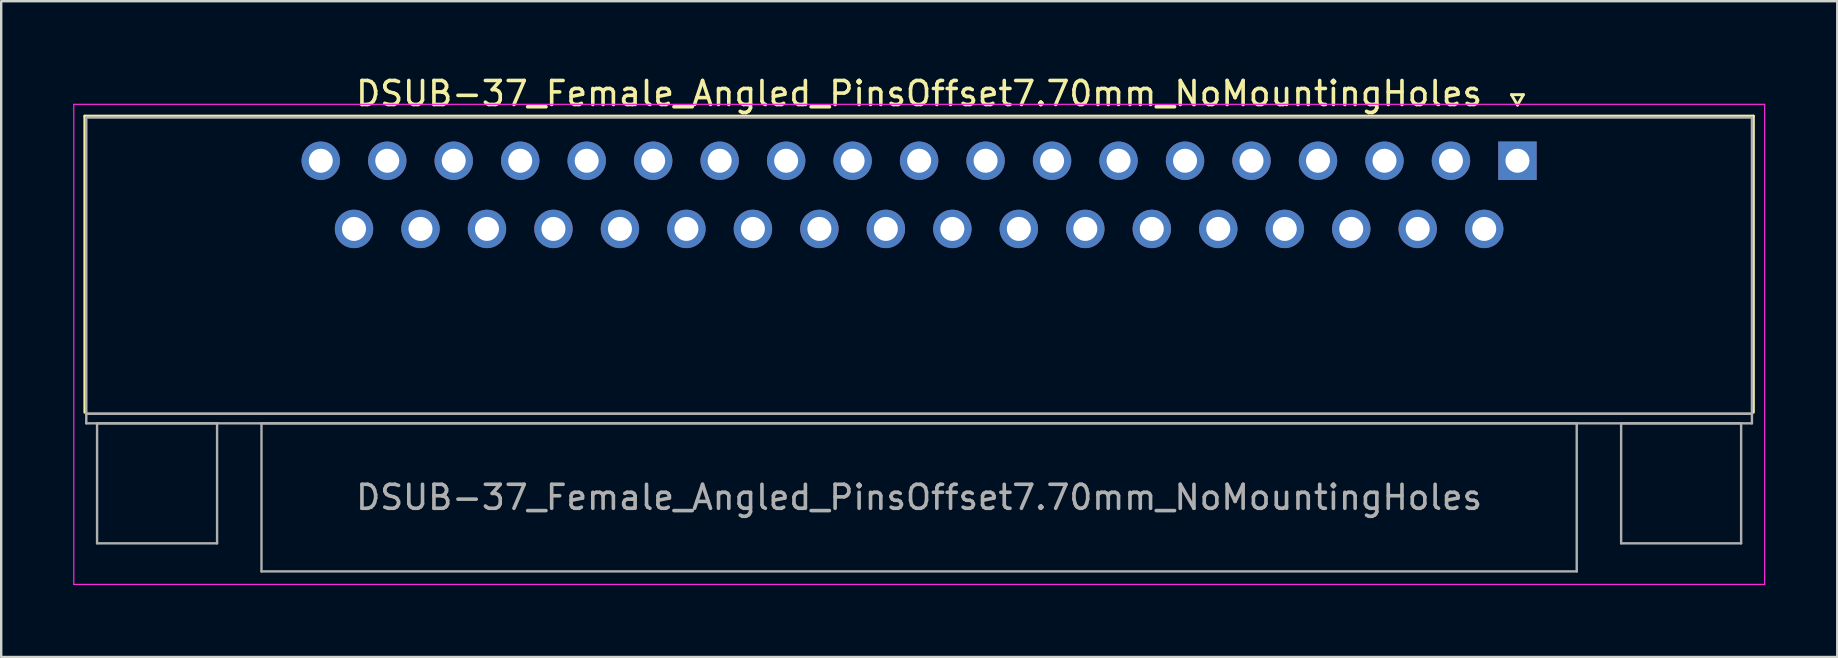
<source format=kicad_pcb>
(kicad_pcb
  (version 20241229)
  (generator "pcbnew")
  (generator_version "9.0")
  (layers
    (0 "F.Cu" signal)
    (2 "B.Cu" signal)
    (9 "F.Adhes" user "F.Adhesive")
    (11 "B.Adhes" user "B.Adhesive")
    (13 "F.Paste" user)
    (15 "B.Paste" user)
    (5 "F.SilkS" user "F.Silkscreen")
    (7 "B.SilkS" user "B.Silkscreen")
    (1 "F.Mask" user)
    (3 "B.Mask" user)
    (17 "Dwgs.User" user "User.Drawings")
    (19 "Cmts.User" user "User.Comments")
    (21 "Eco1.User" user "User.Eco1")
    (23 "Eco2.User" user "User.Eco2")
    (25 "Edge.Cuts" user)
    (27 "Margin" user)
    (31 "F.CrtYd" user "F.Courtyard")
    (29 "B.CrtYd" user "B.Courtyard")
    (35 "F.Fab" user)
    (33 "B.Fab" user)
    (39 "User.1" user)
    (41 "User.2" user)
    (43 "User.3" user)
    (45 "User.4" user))
  (footprint "DSUB-37_Female_Angled_PinsOffset7.70mm_NoMountingHoles"
    (layer "F.Cu")
    (at 60.175 3.648)
    (property "Reference" "DSUB-37_Female_Angled_PinsOffset7.70mm_NoMountingHoles" (at -24.93 -2.8 0) (layer "F.SilkS") (effects (font (size 1 1) (thickness 0.15))))
    (attr through_hole)
    (fp_line (start -59.69 -1.86) (end 9.83 -1.86) (stroke (width 0.12) (type solid)) (layer "F.SilkS"))
    (fp_line (start -59.69 10.48) (end -59.69 -1.86) (stroke (width 0.12) (type solid)) (layer "F.SilkS"))
    (fp_line (start -0.25 -2.754) (end 0.25 -2.754) (stroke (width 0.12) (type solid)) (layer "F.SilkS"))
    (fp_line (start 0 -2.321) (end -0.25 -2.754) (stroke (width 0.12) (type solid)) (layer "F.SilkS"))
    (fp_line (start 0.25 -2.754) (end 0 -2.321) (stroke (width 0.12) (type solid)) (layer "F.SilkS"))
    (fp_line (start 9.83 -1.86) (end 9.83 10.48) (stroke (width 0.12) (type solid)) (layer "F.SilkS"))
    (fp_line (start -60.15 -2.35) (end -60.15 17.65) (stroke (width 0.05) (type solid)) (layer "F.CrtYd"))
    (fp_line (start -60.15 17.65) (end 10.3 17.65) (stroke (width 0.05) (type solid)) (layer "F.CrtYd"))
    (fp_line (start 10.3 -2.35) (end -60.15 -2.35) (stroke (width 0.05) (type solid)) (layer "F.CrtYd"))
    (fp_line (start 10.3 17.65) (end 10.3 -2.35) (stroke (width 0.05) (type solid)) (layer "F.CrtYd"))
    (fp_line (start -59.63 -1.8) (end -59.63 10.54) (stroke (width 0.1) (type solid)) (layer "F.Fab"))
    (fp_line (start -59.63 10.54) (end -59.63 10.94) (stroke (width 0.1) (type solid)) (layer "F.Fab"))
    (fp_line (start -59.63 10.54) (end 9.77 10.54) (stroke (width 0.1) (type solid)) (layer "F.Fab"))
    (fp_line (start -59.63 10.94) (end 9.77 10.94) (stroke (width 0.1) (type solid)) (layer "F.Fab"))
    (fp_line (start -59.18 10.94) (end -59.18 15.94) (stroke (width 0.1) (type solid)) (layer "F.Fab"))
    (fp_line (start -59.18 15.94) (end -54.18 15.94) (stroke (width 0.1) (type solid)) (layer "F.Fab"))
    (fp_line (start -54.18 10.94) (end -59.18 10.94) (stroke (width 0.1) (type solid)) (layer "F.Fab"))
    (fp_line (start -54.18 15.94) (end -54.18 10.94) (stroke (width 0.1) (type solid)) (layer "F.Fab"))
    (fp_line (start -52.33 10.94) (end -52.33 17.11) (stroke (width 0.1) (type solid)) (layer "F.Fab"))
    (fp_line (start -52.33 17.11) (end 2.47 17.11) (stroke (width 0.1) (type solid)) (layer "F.Fab"))
    (fp_line (start 2.47 10.94) (end -52.33 10.94) (stroke (width 0.1) (type solid)) (layer "F.Fab"))
    (fp_line (start 2.47 17.11) (end 2.47 10.94) (stroke (width 0.1) (type solid)) (layer "F.Fab"))
    (fp_line (start 4.32 10.94) (end 4.32 15.94) (stroke (width 0.1) (type solid)) (layer "F.Fab"))
    (fp_line (start 4.32 15.94) (end 9.32 15.94) (stroke (width 0.1) (type solid)) (layer "F.Fab"))
    (fp_line (start 9.32 10.94) (end 4.32 10.94) (stroke (width 0.1) (type solid)) (layer "F.Fab"))
    (fp_line (start 9.32 15.94) (end 9.32 10.94) (stroke (width 0.1) (type solid)) (layer "F.Fab"))
    (fp_line (start 9.77 -1.8) (end -59.63 -1.8) (stroke (width 0.1) (type solid)) (layer "F.Fab"))
    (fp_line (start 9.77 10.54) (end -59.63 10.54) (stroke (width 0.1) (type solid)) (layer "F.Fab"))
    (fp_line (start 9.77 10.54) (end 9.77 -1.8) (stroke (width 0.1) (type solid)) (layer "F.Fab"))
    (fp_line (start 9.77 10.94) (end 9.77 10.54) (stroke (width 0.1) (type solid)) (layer "F.Fab"))
    (fp_text user "${REFERENCE}" (at -24.93 14.025 0) (layer "F.Fab") (effects (font (size 1 1) (thickness 0.15))))
    (pad "1" thru_hole rect (at 0 0) (size 1.6 1.6) (drill 1) (layers "*.Cu" "*.Mask"))
    (pad "2" thru_hole circle (at -2.77 0) (size 1.6 1.6) (drill 1) (layers "*.Cu" "*.Mask"))
    (pad "3" thru_hole circle (at -5.54 0) (size 1.6 1.6) (drill 1) (layers "*.Cu" "*.Mask"))
    (pad "4" thru_hole circle (at -8.31 0) (size 1.6 1.6) (drill 1) (layers "*.Cu" "*.Mask"))
    (pad "5" thru_hole circle (at -11.08 0) (size 1.6 1.6) (drill 1) (layers "*.Cu" "*.Mask"))
    (pad "6" thru_hole circle (at -13.85 0) (size 1.6 1.6) (drill 1) (layers "*.Cu" "*.Mask"))
    (pad "7" thru_hole circle (at -16.62 0) (size 1.6 1.6) (drill 1) (layers "*.Cu" "*.Mask"))
    (pad "8" thru_hole circle (at -19.39 0) (size 1.6 1.6) (drill 1) (layers "*.Cu" "*.Mask"))
    (pad "9" thru_hole circle (at -22.16 0) (size 1.6 1.6) (drill 1) (layers "*.Cu" "*.Mask"))
    (pad "10" thru_hole circle (at -24.93 0) (size 1.6 1.6) (drill 1) (layers "*.Cu" "*.Mask"))
    (pad "11" thru_hole circle (at -27.7 0) (size 1.6 1.6) (drill 1) (layers "*.Cu" "*.Mask"))
    (pad "12" thru_hole circle (at -30.47 0) (size 1.6 1.6) (drill 1) (layers "*.Cu" "*.Mask"))
    (pad "13" thru_hole circle (at -33.24 0) (size 1.6 1.6) (drill 1) (layers "*.Cu" "*.Mask"))
    (pad "14" thru_hole circle (at -36.01 0) (size 1.6 1.6) (drill 1) (layers "*.Cu" "*.Mask"))
    (pad "15" thru_hole circle (at -38.78 0) (size 1.6 1.6) (drill 1) (layers "*.Cu" "*.Mask"))
    (pad "16" thru_hole circle (at -41.55 0) (size 1.6 1.6) (drill 1) (layers "*.Cu" "*.Mask"))
    (pad "17" thru_hole circle (at -44.32 0) (size 1.6 1.6) (drill 1) (layers "*.Cu" "*.Mask"))
    (pad "18" thru_hole circle (at -47.09 0) (size 1.6 1.6) (drill 1) (layers "*.Cu" "*.Mask"))
    (pad "19" thru_hole circle (at -49.86 0) (size 1.6 1.6) (drill 1) (layers "*.Cu" "*.Mask"))
    (pad "20" thru_hole circle (at -1.385 2.84) (size 1.6 1.6) (drill 1) (layers "*.Cu" "*.Mask"))
    (pad "21" thru_hole circle (at -4.155 2.84) (size 1.6 1.6) (drill 1) (layers "*.Cu" "*.Mask"))
    (pad "22" thru_hole circle (at -6.925 2.84) (size 1.6 1.6) (drill 1) (layers "*.Cu" "*.Mask"))
    (pad "23" thru_hole circle (at -9.695 2.84) (size 1.6 1.6) (drill 1) (layers "*.Cu" "*.Mask"))
    (pad "24" thru_hole circle (at -12.465 2.84) (size 1.6 1.6) (drill 1) (layers "*.Cu" "*.Mask"))
    (pad "25" thru_hole circle (at -15.235 2.84) (size 1.6 1.6) (drill 1) (layers "*.Cu" "*.Mask"))
    (pad "26" thru_hole circle (at -18.005 2.84) (size 1.6 1.6) (drill 1) (layers "*.Cu" "*.Mask"))
    (pad "27" thru_hole circle (at -20.775 2.84) (size 1.6 1.6) (drill 1) (layers "*.Cu" "*.Mask"))
    (pad "28" thru_hole circle (at -23.545 2.84) (size 1.6 1.6) (drill 1) (layers "*.Cu" "*.Mask"))
    (pad "29" thru_hole circle (at -26.315 2.84) (size 1.6 1.6) (drill 1) (layers "*.Cu" "*.Mask"))
    (pad "30" thru_hole circle (at -29.085 2.84) (size 1.6 1.6) (drill 1) (layers "*.Cu" "*.Mask"))
    (pad "31" thru_hole circle (at -31.855 2.84) (size 1.6 1.6) (drill 1) (layers "*.Cu" "*.Mask"))
    (pad "32" thru_hole circle (at -34.625 2.84) (size 1.6 1.6) (drill 1) (layers "*.Cu" "*.Mask"))
    (pad "33" thru_hole circle (at -37.395 2.84) (size 1.6 1.6) (drill 1) (layers "*.Cu" "*.Mask"))
    (pad "34" thru_hole circle (at -40.165 2.84) (size 1.6 1.6) (drill 1) (layers "*.Cu" "*.Mask"))
    (pad "35" thru_hole circle (at -42.935 2.84) (size 1.6 1.6) (drill 1) (layers "*.Cu" "*.Mask"))
    (pad "36" thru_hole circle (at -45.705 2.84) (size 1.6 1.6) (drill 1) (layers "*.Cu" "*.Mask"))
    (pad "37" thru_hole circle (at -48.475 2.84) (size 1.6 1.6) (drill 1) (layers "*.Cu" "*.Mask")))
  (gr_rect
    (start -3 -3)
    (end 73.5 24.323)
    (stroke (width 0.1) (type default))
    (fill no)
    (layer "Edge.Cuts")))
</source>
